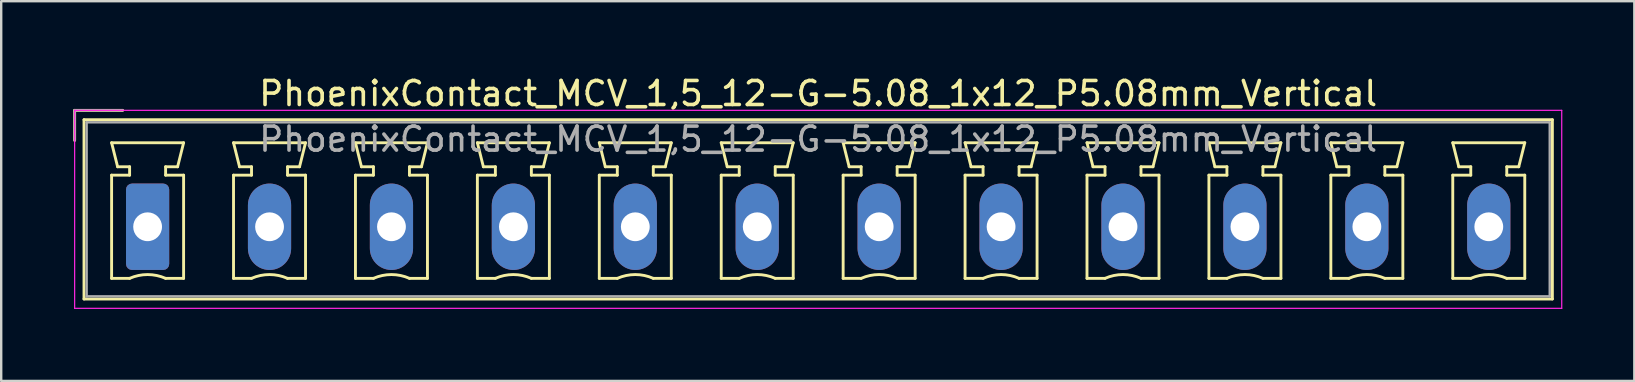
<source format=kicad_pcb>
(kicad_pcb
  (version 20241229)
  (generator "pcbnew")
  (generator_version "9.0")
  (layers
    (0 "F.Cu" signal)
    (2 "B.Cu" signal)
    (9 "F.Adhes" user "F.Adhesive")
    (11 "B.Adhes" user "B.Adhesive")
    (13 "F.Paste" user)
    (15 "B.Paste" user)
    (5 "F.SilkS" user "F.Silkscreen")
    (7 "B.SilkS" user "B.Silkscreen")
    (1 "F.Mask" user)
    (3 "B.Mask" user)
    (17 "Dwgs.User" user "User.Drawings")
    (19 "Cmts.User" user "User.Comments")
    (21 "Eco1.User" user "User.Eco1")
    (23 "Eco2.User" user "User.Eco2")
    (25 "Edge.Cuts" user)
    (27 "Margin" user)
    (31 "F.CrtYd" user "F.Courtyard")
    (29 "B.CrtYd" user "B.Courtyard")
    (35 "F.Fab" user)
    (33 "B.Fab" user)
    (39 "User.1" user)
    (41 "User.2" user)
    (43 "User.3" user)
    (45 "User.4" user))
  (footprint "PhoenixContact_MCV_1,5_12-G-5.08_1x12_P5.08mm_Vertical"
    (layer "F.Cu")
    (at 3.1 6.398)
    (property "Reference" "PhoenixContact_MCV_1,5_12-G-5.08_1x12_P5.08mm_Vertical" (at 27.94 -5.55 0) (layer "F.SilkS") (effects (font (size 1 1) (thickness 0.15))))
    (attr through_hole)
    (fp_line (start -3.04 -4.85) (end -1.04 -4.85) (stroke (width 0.12) (type solid)) (layer "F.SilkS"))
    (fp_line (start -3.04 -3.6) (end -3.04 -4.85) (stroke (width 0.12) (type solid)) (layer "F.SilkS"))
    (fp_line (start -2.65 -4.46) (end -2.65 3.01) (stroke (width 0.12) (type solid)) (layer "F.SilkS"))
    (fp_line (start -2.65 3.01) (end 58.53 3.01) (stroke (width 0.12) (type solid)) (layer "F.SilkS"))
    (fp_line (start -1.5 -3.5) (end 1.5 -3.5) (stroke (width 0.12) (type solid)) (layer "F.SilkS"))
    (fp_line (start -1.5 -2.15) (end -0.75 -2.15) (stroke (width 0.12) (type solid)) (layer "F.SilkS"))
    (fp_line (start -1.5 2.15) (end -1.5 -2.15) (stroke (width 0.12) (type solid)) (layer "F.SilkS"))
    (fp_line (start -1.25 -2.5) (end -1.5 -3.5) (stroke (width 0.12) (type solid)) (layer "F.SilkS"))
    (fp_line (start -0.75 -2.5) (end -1.25 -2.5) (stroke (width 0.12) (type solid)) (layer "F.SilkS"))
    (fp_line (start -0.75 -2.15) (end -0.75 -2.5) (stroke (width 0.12) (type solid)) (layer "F.SilkS"))
    (fp_line (start -0.75 2.15) (end -1.5 2.15) (stroke (width 0.12) (type solid)) (layer "F.SilkS"))
    (fp_line (start 0.75 -2.5) (end 0.75 -2.15) (stroke (width 0.12) (type solid)) (layer "F.SilkS"))
    (fp_line (start 0.75 -2.15) (end 1.5 -2.15) (stroke (width 0.12) (type solid)) (layer "F.SilkS"))
    (fp_line (start 1.25 -2.5) (end 0.75 -2.5) (stroke (width 0.12) (type solid)) (layer "F.SilkS"))
    (fp_line (start 1.5 -3.5) (end 1.25 -2.5) (stroke (width 0.12) (type solid)) (layer "F.SilkS"))
    (fp_line (start 1.5 -2.15) (end 1.5 2.15) (stroke (width 0.12) (type solid)) (layer "F.SilkS"))
    (fp_line (start 1.5 2.15) (end 0.75 2.15) (stroke (width 0.12) (type solid)) (layer "F.SilkS"))
    (fp_line (start 3.58 -3.5) (end 6.58 -3.5) (stroke (width 0.12) (type solid)) (layer "F.SilkS"))
    (fp_line (start 3.58 -2.15) (end 4.33 -2.15) (stroke (width 0.12) (type solid)) (layer "F.SilkS"))
    (fp_line (start 3.58 2.15) (end 3.58 -2.15) (stroke (width 0.12) (type solid)) (layer "F.SilkS"))
    (fp_line (start 3.83 -2.5) (end 3.58 -3.5) (stroke (width 0.12) (type solid)) (layer "F.SilkS"))
    (fp_line (start 4.33 -2.5) (end 3.83 -2.5) (stroke (width 0.12) (type solid)) (layer "F.SilkS"))
    (fp_line (start 4.33 -2.15) (end 4.33 -2.5) (stroke (width 0.12) (type solid)) (layer "F.SilkS"))
    (fp_line (start 4.33 2.15) (end 3.58 2.15) (stroke (width 0.12) (type solid)) (layer "F.SilkS"))
    (fp_line (start 5.83 -2.5) (end 5.83 -2.15) (stroke (width 0.12) (type solid)) (layer "F.SilkS"))
    (fp_line (start 5.83 -2.15) (end 6.58 -2.15) (stroke (width 0.12) (type solid)) (layer "F.SilkS"))
    (fp_line (start 6.33 -2.5) (end 5.83 -2.5) (stroke (width 0.12) (type solid)) (layer "F.SilkS"))
    (fp_line (start 6.58 -3.5) (end 6.33 -2.5) (stroke (width 0.12) (type solid)) (layer "F.SilkS"))
    (fp_line (start 6.58 -2.15) (end 6.58 2.15) (stroke (width 0.12) (type solid)) (layer "F.SilkS"))
    (fp_line (start 6.58 2.15) (end 5.83 2.15) (stroke (width 0.12) (type solid)) (layer "F.SilkS"))
    (fp_line (start 8.66 -3.5) (end 11.66 -3.5) (stroke (width 0.12) (type solid)) (layer "F.SilkS"))
    (fp_line (start 8.66 -2.15) (end 9.41 -2.15) (stroke (width 0.12) (type solid)) (layer "F.SilkS"))
    (fp_line (start 8.66 2.15) (end 8.66 -2.15) (stroke (width 0.12) (type solid)) (layer "F.SilkS"))
    (fp_line (start 8.91 -2.5) (end 8.66 -3.5) (stroke (width 0.12) (type solid)) (layer "F.SilkS"))
    (fp_line (start 9.41 -2.5) (end 8.91 -2.5) (stroke (width 0.12) (type solid)) (layer "F.SilkS"))
    (fp_line (start 9.41 -2.15) (end 9.41 -2.5) (stroke (width 0.12) (type solid)) (layer "F.SilkS"))
    (fp_line (start 9.41 2.15) (end 8.66 2.15) (stroke (width 0.12) (type solid)) (layer "F.SilkS"))
    (fp_line (start 10.91 -2.5) (end 10.91 -2.15) (stroke (width 0.12) (type solid)) (layer "F.SilkS"))
    (fp_line (start 10.91 -2.15) (end 11.66 -2.15) (stroke (width 0.12) (type solid)) (layer "F.SilkS"))
    (fp_line (start 11.41 -2.5) (end 10.91 -2.5) (stroke (width 0.12) (type solid)) (layer "F.SilkS"))
    (fp_line (start 11.66 -3.5) (end 11.41 -2.5) (stroke (width 0.12) (type solid)) (layer "F.SilkS"))
    (fp_line (start 11.66 -2.15) (end 11.66 2.15) (stroke (width 0.12) (type solid)) (layer "F.SilkS"))
    (fp_line (start 11.66 2.15) (end 10.91 2.15) (stroke (width 0.12) (type solid)) (layer "F.SilkS"))
    (fp_line (start 13.74 -3.5) (end 16.74 -3.5) (stroke (width 0.12) (type solid)) (layer "F.SilkS"))
    (fp_line (start 13.74 -2.15) (end 14.49 -2.15) (stroke (width 0.12) (type solid)) (layer "F.SilkS"))
    (fp_line (start 13.74 2.15) (end 13.74 -2.15) (stroke (width 0.12) (type solid)) (layer "F.SilkS"))
    (fp_line (start 13.99 -2.5) (end 13.74 -3.5) (stroke (width 0.12) (type solid)) (layer "F.SilkS"))
    (fp_line (start 14.49 -2.5) (end 13.99 -2.5) (stroke (width 0.12) (type solid)) (layer "F.SilkS"))
    (fp_line (start 14.49 -2.15) (end 14.49 -2.5) (stroke (width 0.12) (type solid)) (layer "F.SilkS"))
    (fp_line (start 14.49 2.15) (end 13.74 2.15) (stroke (width 0.12) (type solid)) (layer "F.SilkS"))
    (fp_line (start 15.99 -2.5) (end 15.99 -2.15) (stroke (width 0.12) (type solid)) (layer "F.SilkS"))
    (fp_line (start 15.99 -2.15) (end 16.74 -2.15) (stroke (width 0.12) (type solid)) (layer "F.SilkS"))
    (fp_line (start 16.49 -2.5) (end 15.99 -2.5) (stroke (width 0.12) (type solid)) (layer "F.SilkS"))
    (fp_line (start 16.74 -3.5) (end 16.49 -2.5) (stroke (width 0.12) (type solid)) (layer "F.SilkS"))
    (fp_line (start 16.74 -2.15) (end 16.74 2.15) (stroke (width 0.12) (type solid)) (layer "F.SilkS"))
    (fp_line (start 16.74 2.15) (end 15.99 2.15) (stroke (width 0.12) (type solid)) (layer "F.SilkS"))
    (fp_line (start 18.82 -3.5) (end 21.82 -3.5) (stroke (width 0.12) (type solid)) (layer "F.SilkS"))
    (fp_line (start 18.82 -2.15) (end 19.57 -2.15) (stroke (width 0.12) (type solid)) (layer "F.SilkS"))
    (fp_line (start 18.82 2.15) (end 18.82 -2.15) (stroke (width 0.12) (type solid)) (layer "F.SilkS"))
    (fp_line (start 19.07 -2.5) (end 18.82 -3.5) (stroke (width 0.12) (type solid)) (layer "F.SilkS"))
    (fp_line (start 19.57 -2.5) (end 19.07 -2.5) (stroke (width 0.12) (type solid)) (layer "F.SilkS"))
    (fp_line (start 19.57 -2.15) (end 19.57 -2.5) (stroke (width 0.12) (type solid)) (layer "F.SilkS"))
    (fp_line (start 19.57 2.15) (end 18.82 2.15) (stroke (width 0.12) (type solid)) (layer "F.SilkS"))
    (fp_line (start 21.07 -2.5) (end 21.07 -2.15) (stroke (width 0.12) (type solid)) (layer "F.SilkS"))
    (fp_line (start 21.07 -2.15) (end 21.82 -2.15) (stroke (width 0.12) (type solid)) (layer "F.SilkS"))
    (fp_line (start 21.57 -2.5) (end 21.07 -2.5) (stroke (width 0.12) (type solid)) (layer "F.SilkS"))
    (fp_line (start 21.82 -3.5) (end 21.57 -2.5) (stroke (width 0.12) (type solid)) (layer "F.SilkS"))
    (fp_line (start 21.82 -2.15) (end 21.82 2.15) (stroke (width 0.12) (type solid)) (layer "F.SilkS"))
    (fp_line (start 21.82 2.15) (end 21.07 2.15) (stroke (width 0.12) (type solid)) (layer "F.SilkS"))
    (fp_line (start 23.9 -3.5) (end 26.9 -3.5) (stroke (width 0.12) (type solid)) (layer "F.SilkS"))
    (fp_line (start 23.9 -2.15) (end 24.65 -2.15) (stroke (width 0.12) (type solid)) (layer "F.SilkS"))
    (fp_line (start 23.9 2.15) (end 23.9 -2.15) (stroke (width 0.12) (type solid)) (layer "F.SilkS"))
    (fp_line (start 24.15 -2.5) (end 23.9 -3.5) (stroke (width 0.12) (type solid)) (layer "F.SilkS"))
    (fp_line (start 24.65 -2.5) (end 24.15 -2.5) (stroke (width 0.12) (type solid)) (layer "F.SilkS"))
    (fp_line (start 24.65 -2.15) (end 24.65 -2.5) (stroke (width 0.12) (type solid)) (layer "F.SilkS"))
    (fp_line (start 24.65 2.15) (end 23.9 2.15) (stroke (width 0.12) (type solid)) (layer "F.SilkS"))
    (fp_line (start 26.15 -2.5) (end 26.15 -2.15) (stroke (width 0.12) (type solid)) (layer "F.SilkS"))
    (fp_line (start 26.15 -2.15) (end 26.9 -2.15) (stroke (width 0.12) (type solid)) (layer "F.SilkS"))
    (fp_line (start 26.65 -2.5) (end 26.15 -2.5) (stroke (width 0.12) (type solid)) (layer "F.SilkS"))
    (fp_line (start 26.9 -3.5) (end 26.65 -2.5) (stroke (width 0.12) (type solid)) (layer "F.SilkS"))
    (fp_line (start 26.9 -2.15) (end 26.9 2.15) (stroke (width 0.12) (type solid)) (layer "F.SilkS"))
    (fp_line (start 26.9 2.15) (end 26.15 2.15) (stroke (width 0.12) (type solid)) (layer "F.SilkS"))
    (fp_line (start 28.98 -3.5) (end 31.98 -3.5) (stroke (width 0.12) (type solid)) (layer "F.SilkS"))
    (fp_line (start 28.98 -2.15) (end 29.73 -2.15) (stroke (width 0.12) (type solid)) (layer "F.SilkS"))
    (fp_line (start 28.98 2.15) (end 28.98 -2.15) (stroke (width 0.12) (type solid)) (layer "F.SilkS"))
    (fp_line (start 29.23 -2.5) (end 28.98 -3.5) (stroke (width 0.12) (type solid)) (layer "F.SilkS"))
    (fp_line (start 29.73 -2.5) (end 29.23 -2.5) (stroke (width 0.12) (type solid)) (layer "F.SilkS"))
    (fp_line (start 29.73 -2.15) (end 29.73 -2.5) (stroke (width 0.12) (type solid)) (layer "F.SilkS"))
    (fp_line (start 29.73 2.15) (end 28.98 2.15) (stroke (width 0.12) (type solid)) (layer "F.SilkS"))
    (fp_line (start 31.23 -2.5) (end 31.23 -2.15) (stroke (width 0.12) (type solid)) (layer "F.SilkS"))
    (fp_line (start 31.23 -2.15) (end 31.98 -2.15) (stroke (width 0.12) (type solid)) (layer "F.SilkS"))
    (fp_line (start 31.73 -2.5) (end 31.23 -2.5) (stroke (width 0.12) (type solid)) (layer "F.SilkS"))
    (fp_line (start 31.98 -3.5) (end 31.73 -2.5) (stroke (width 0.12) (type solid)) (layer "F.SilkS"))
    (fp_line (start 31.98 -2.15) (end 31.98 2.15) (stroke (width 0.12) (type solid)) (layer "F.SilkS"))
    (fp_line (start 31.98 2.15) (end 31.23 2.15) (stroke (width 0.12) (type solid)) (layer "F.SilkS"))
    (fp_line (start 34.06 -3.5) (end 37.06 -3.5) (stroke (width 0.12) (type solid)) (layer "F.SilkS"))
    (fp_line (start 34.06 -2.15) (end 34.81 -2.15) (stroke (width 0.12) (type solid)) (layer "F.SilkS"))
    (fp_line (start 34.06 2.15) (end 34.06 -2.15) (stroke (width 0.12) (type solid)) (layer "F.SilkS"))
    (fp_line (start 34.31 -2.5) (end 34.06 -3.5) (stroke (width 0.12) (type solid)) (layer "F.SilkS"))
    (fp_line (start 34.81 -2.5) (end 34.31 -2.5) (stroke (width 0.12) (type solid)) (layer "F.SilkS"))
    (fp_line (start 34.81 -2.15) (end 34.81 -2.5) (stroke (width 0.12) (type solid)) (layer "F.SilkS"))
    (fp_line (start 34.81 2.15) (end 34.06 2.15) (stroke (width 0.12) (type solid)) (layer "F.SilkS"))
    (fp_line (start 36.31 -2.5) (end 36.31 -2.15) (stroke (width 0.12) (type solid)) (layer "F.SilkS"))
    (fp_line (start 36.31 -2.15) (end 37.06 -2.15) (stroke (width 0.12) (type solid)) (layer "F.SilkS"))
    (fp_line (start 36.81 -2.5) (end 36.31 -2.5) (stroke (width 0.12) (type solid)) (layer "F.SilkS"))
    (fp_line (start 37.06 -3.5) (end 36.81 -2.5) (stroke (width 0.12) (type solid)) (layer "F.SilkS"))
    (fp_line (start 37.06 -2.15) (end 37.06 2.15) (stroke (width 0.12) (type solid)) (layer "F.SilkS"))
    (fp_line (start 37.06 2.15) (end 36.31 2.15) (stroke (width 0.12) (type solid)) (layer "F.SilkS"))
    (fp_line (start 39.14 -3.5) (end 42.14 -3.5) (stroke (width 0.12) (type solid)) (layer "F.SilkS"))
    (fp_line (start 39.14 -2.15) (end 39.89 -2.15) (stroke (width 0.12) (type solid)) (layer "F.SilkS"))
    (fp_line (start 39.14 2.15) (end 39.14 -2.15) (stroke (width 0.12) (type solid)) (layer "F.SilkS"))
    (fp_line (start 39.39 -2.5) (end 39.14 -3.5) (stroke (width 0.12) (type solid)) (layer "F.SilkS"))
    (fp_line (start 39.89 -2.5) (end 39.39 -2.5) (stroke (width 0.12) (type solid)) (layer "F.SilkS"))
    (fp_line (start 39.89 -2.15) (end 39.89 -2.5) (stroke (width 0.12) (type solid)) (layer "F.SilkS"))
    (fp_line (start 39.89 2.15) (end 39.14 2.15) (stroke (width 0.12) (type solid)) (layer "F.SilkS"))
    (fp_line (start 41.39 -2.5) (end 41.39 -2.15) (stroke (width 0.12) (type solid)) (layer "F.SilkS"))
    (fp_line (start 41.39 -2.15) (end 42.14 -2.15) (stroke (width 0.12) (type solid)) (layer "F.SilkS"))
    (fp_line (start 41.89 -2.5) (end 41.39 -2.5) (stroke (width 0.12) (type solid)) (layer "F.SilkS"))
    (fp_line (start 42.14 -3.5) (end 41.89 -2.5) (stroke (width 0.12) (type solid)) (layer "F.SilkS"))
    (fp_line (start 42.14 -2.15) (end 42.14 2.15) (stroke (width 0.12) (type solid)) (layer "F.SilkS"))
    (fp_line (start 42.14 2.15) (end 41.39 2.15) (stroke (width 0.12) (type solid)) (layer "F.SilkS"))
    (fp_line (start 44.22 -3.5) (end 47.22 -3.5) (stroke (width 0.12) (type solid)) (layer "F.SilkS"))
    (fp_line (start 44.22 -2.15) (end 44.97 -2.15) (stroke (width 0.12) (type solid)) (layer "F.SilkS"))
    (fp_line (start 44.22 2.15) (end 44.22 -2.15) (stroke (width 0.12) (type solid)) (layer "F.SilkS"))
    (fp_line (start 44.47 -2.5) (end 44.22 -3.5) (stroke (width 0.12) (type solid)) (layer "F.SilkS"))
    (fp_line (start 44.97 -2.5) (end 44.47 -2.5) (stroke (width 0.12) (type solid)) (layer "F.SilkS"))
    (fp_line (start 44.97 -2.15) (end 44.97 -2.5) (stroke (width 0.12) (type solid)) (layer "F.SilkS"))
    (fp_line (start 44.97 2.15) (end 44.22 2.15) (stroke (width 0.12) (type solid)) (layer "F.SilkS"))
    (fp_line (start 46.47 -2.5) (end 46.47 -2.15) (stroke (width 0.12) (type solid)) (layer "F.SilkS"))
    (fp_line (start 46.47 -2.15) (end 47.22 -2.15) (stroke (width 0.12) (type solid)) (layer "F.SilkS"))
    (fp_line (start 46.97 -2.5) (end 46.47 -2.5) (stroke (width 0.12) (type solid)) (layer "F.SilkS"))
    (fp_line (start 47.22 -3.5) (end 46.97 -2.5) (stroke (width 0.12) (type solid)) (layer "F.SilkS"))
    (fp_line (start 47.22 -2.15) (end 47.22 2.15) (stroke (width 0.12) (type solid)) (layer "F.SilkS"))
    (fp_line (start 47.22 2.15) (end 46.47 2.15) (stroke (width 0.12) (type solid)) (layer "F.SilkS"))
    (fp_line (start 49.3 -3.5) (end 52.3 -3.5) (stroke (width 0.12) (type solid)) (layer "F.SilkS"))
    (fp_line (start 49.3 -2.15) (end 50.05 -2.15) (stroke (width 0.12) (type solid)) (layer "F.SilkS"))
    (fp_line (start 49.3 2.15) (end 49.3 -2.15) (stroke (width 0.12) (type solid)) (layer "F.SilkS"))
    (fp_line (start 49.55 -2.5) (end 49.3 -3.5) (stroke (width 0.12) (type solid)) (layer "F.SilkS"))
    (fp_line (start 50.05 -2.5) (end 49.55 -2.5) (stroke (width 0.12) (type solid)) (layer "F.SilkS"))
    (fp_line (start 50.05 -2.15) (end 50.05 -2.5) (stroke (width 0.12) (type solid)) (layer "F.SilkS"))
    (fp_line (start 50.05 2.15) (end 49.3 2.15) (stroke (width 0.12) (type solid)) (layer "F.SilkS"))
    (fp_line (start 51.55 -2.5) (end 51.55 -2.15) (stroke (width 0.12) (type solid)) (layer "F.SilkS"))
    (fp_line (start 51.55 -2.15) (end 52.3 -2.15) (stroke (width 0.12) (type solid)) (layer "F.SilkS"))
    (fp_line (start 52.05 -2.5) (end 51.55 -2.5) (stroke (width 0.12) (type solid)) (layer "F.SilkS"))
    (fp_line (start 52.3 -3.5) (end 52.05 -2.5) (stroke (width 0.12) (type solid)) (layer "F.SilkS"))
    (fp_line (start 52.3 -2.15) (end 52.3 2.15) (stroke (width 0.12) (type solid)) (layer "F.SilkS"))
    (fp_line (start 52.3 2.15) (end 51.55 2.15) (stroke (width 0.12) (type solid)) (layer "F.SilkS"))
    (fp_line (start 54.38 -3.5) (end 57.38 -3.5) (stroke (width 0.12) (type solid)) (layer "F.SilkS"))
    (fp_line (start 54.38 -2.15) (end 55.13 -2.15) (stroke (width 0.12) (type solid)) (layer "F.SilkS"))
    (fp_line (start 54.38 2.15) (end 54.38 -2.15) (stroke (width 0.12) (type solid)) (layer "F.SilkS"))
    (fp_line (start 54.63 -2.5) (end 54.38 -3.5) (stroke (width 0.12) (type solid)) (layer "F.SilkS"))
    (fp_line (start 55.13 -2.5) (end 54.63 -2.5) (stroke (width 0.12) (type solid)) (layer "F.SilkS"))
    (fp_line (start 55.13 -2.15) (end 55.13 -2.5) (stroke (width 0.12) (type solid)) (layer "F.SilkS"))
    (fp_line (start 55.13 2.15) (end 54.38 2.15) (stroke (width 0.12) (type solid)) (layer "F.SilkS"))
    (fp_line (start 56.63 -2.5) (end 56.63 -2.15) (stroke (width 0.12) (type solid)) (layer "F.SilkS"))
    (fp_line (start 56.63 -2.15) (end 57.38 -2.15) (stroke (width 0.12) (type solid)) (layer "F.SilkS"))
    (fp_line (start 57.13 -2.5) (end 56.63 -2.5) (stroke (width 0.12) (type solid)) (layer "F.SilkS"))
    (fp_line (start 57.38 -3.5) (end 57.13 -2.5) (stroke (width 0.12) (type solid)) (layer "F.SilkS"))
    (fp_line (start 57.38 -2.15) (end 57.38 2.15) (stroke (width 0.12) (type solid)) (layer "F.SilkS"))
    (fp_line (start 57.38 2.15) (end 56.63 2.15) (stroke (width 0.12) (type solid)) (layer "F.SilkS"))
    (fp_line (start 58.53 -4.46) (end -2.65 -4.46) (stroke (width 0.12) (type solid)) (layer "F.SilkS"))
    (fp_line (start 58.53 3.01) (end 58.53 -4.46) (stroke (width 0.12) (type solid)) (layer "F.SilkS"))
    (fp_arc (start -0.75 2.15) (mid -0.000193 1.99191) (end 0.749647 2.149844) (stroke (width 0.12) (type solid)) (layer "F.SilkS"))
    (fp_arc (start 4.33 2.15) (mid 5.079807 1.99191) (end 5.829647 2.149844) (stroke (width 0.12) (type solid)) (layer "F.SilkS"))
    (fp_arc (start 9.41 2.15) (mid 10.159807 1.99191) (end 10.909647 2.149844) (stroke (width 0.12) (type solid)) (layer "F.SilkS"))
    (fp_arc (start 14.49 2.15) (mid 15.239807 1.99191) (end 15.989647 2.149844) (stroke (width 0.12) (type solid)) (layer "F.SilkS"))
    (fp_arc (start 19.57 2.15) (mid 20.319807 1.99191) (end 21.069647 2.149844) (stroke (width 0.12) (type solid)) (layer "F.SilkS"))
    (fp_arc (start 24.65 2.15) (mid 25.399807 1.99191) (end 26.149647 2.149844) (stroke (width 0.12) (type solid)) (layer "F.SilkS"))
    (fp_arc (start 29.73 2.15) (mid 30.479807 1.99191) (end 31.229647 2.149844) (stroke (width 0.12) (type solid)) (layer "F.SilkS"))
    (fp_arc (start 34.81 2.15) (mid 35.559807 1.99191) (end 36.309647 2.149844) (stroke (width 0.12) (type solid)) (layer "F.SilkS"))
    (fp_arc (start 39.89 2.15) (mid 40.639807 1.99191) (end 41.389647 2.149844) (stroke (width 0.12) (type solid)) (layer "F.SilkS"))
    (fp_arc (start 44.97 2.15) (mid 45.719807 1.99191) (end 46.469647 2.149844) (stroke (width 0.12) (type solid)) (layer "F.SilkS"))
    (fp_arc (start 50.05 2.15) (mid 50.799807 1.99191) (end 51.549647 2.149844) (stroke (width 0.12) (type solid)) (layer "F.SilkS"))
    (fp_arc (start 55.13 2.15) (mid 55.879807 1.99191) (end 56.629647 2.149844) (stroke (width 0.12) (type solid)) (layer "F.SilkS"))
    (fp_line (start -3.04 -4.85) (end -3.04 3.4) (stroke (width 0.05) (type solid)) (layer "F.CrtYd"))
    (fp_line (start -3.04 3.4) (end 58.92 3.4) (stroke (width 0.05) (type solid)) (layer "F.CrtYd"))
    (fp_line (start 58.92 -4.85) (end -3.04 -4.85) (stroke (width 0.05) (type solid)) (layer "F.CrtYd"))
    (fp_line (start 58.92 3.4) (end 58.92 -4.85) (stroke (width 0.05) (type solid)) (layer "F.CrtYd"))
    (fp_line (start -3.04 -4.85) (end -1.04 -4.85) (stroke (width 0.1) (type solid)) (layer "F.Fab"))
    (fp_line (start -3.04 -3.6) (end -3.04 -4.85) (stroke (width 0.1) (type solid)) (layer "F.Fab"))
    (fp_line (start -2.54 -4.35) (end -2.54 2.9) (stroke (width 0.1) (type solid)) (layer "F.Fab"))
    (fp_line (start -2.54 2.9) (end 58.42 2.9) (stroke (width 0.1) (type solid)) (layer "F.Fab"))
    (fp_line (start 58.42 -4.35) (end -2.54 -4.35) (stroke (width 0.1) (type solid)) (layer "F.Fab"))
    (fp_line (start 58.42 2.9) (end 58.42 -4.35) (stroke (width 0.1) (type solid)) (layer "F.Fab"))
    (fp_text user "${REFERENCE}" (at 27.94 -3.65 0) (layer "F.Fab") (effects (font (size 1 1) (thickness 0.15))))
    (pad "1" thru_hole roundrect (at 0 0) (size 1.8 3.6) (drill 1.2) (layers "*.Cu" "*.Mask") (roundrect_rratio 0.139))
    (pad "2" thru_hole oval (at 5.08 0) (size 1.8 3.6) (drill 1.2) (layers "*.Cu" "*.Mask"))
    (pad "3" thru_hole oval (at 10.16 0) (size 1.8 3.6) (drill 1.2) (layers "*.Cu" "*.Mask"))
    (pad "4" thru_hole oval (at 15.24 0) (size 1.8 3.6) (drill 1.2) (layers "*.Cu" "*.Mask"))
    (pad "5" thru_hole oval (at 20.32 0) (size 1.8 3.6) (drill 1.2) (layers "*.Cu" "*.Mask"))
    (pad "6" thru_hole oval (at 25.4 0) (size 1.8 3.6) (drill 1.2) (layers "*.Cu" "*.Mask"))
    (pad "7" thru_hole oval (at 30.48 0) (size 1.8 3.6) (drill 1.2) (layers "*.Cu" "*.Mask"))
    (pad "8" thru_hole oval (at 35.56 0) (size 1.8 3.6) (drill 1.2) (layers "*.Cu" "*.Mask"))
    (pad "9" thru_hole oval (at 40.64 0) (size 1.8 3.6) (drill 1.2) (layers "*.Cu" "*.Mask"))
    (pad "10" thru_hole oval (at 45.72 0) (size 1.8 3.6) (drill 1.2) (layers "*.Cu" "*.Mask"))
    (pad "11" thru_hole oval (at 50.8 0) (size 1.8 3.6) (drill 1.2) (layers "*.Cu" "*.Mask"))
    (pad "12" thru_hole oval (at 55.88 0) (size 1.8 3.6) (drill 1.2) (layers "*.Cu" "*.Mask")))
  (gr_rect
    (start -3 -3)
    (end 65.045 12.823)
    (stroke (width 0.1) (type default))
    (fill no)
    (layer "Edge.Cuts")))
</source>
